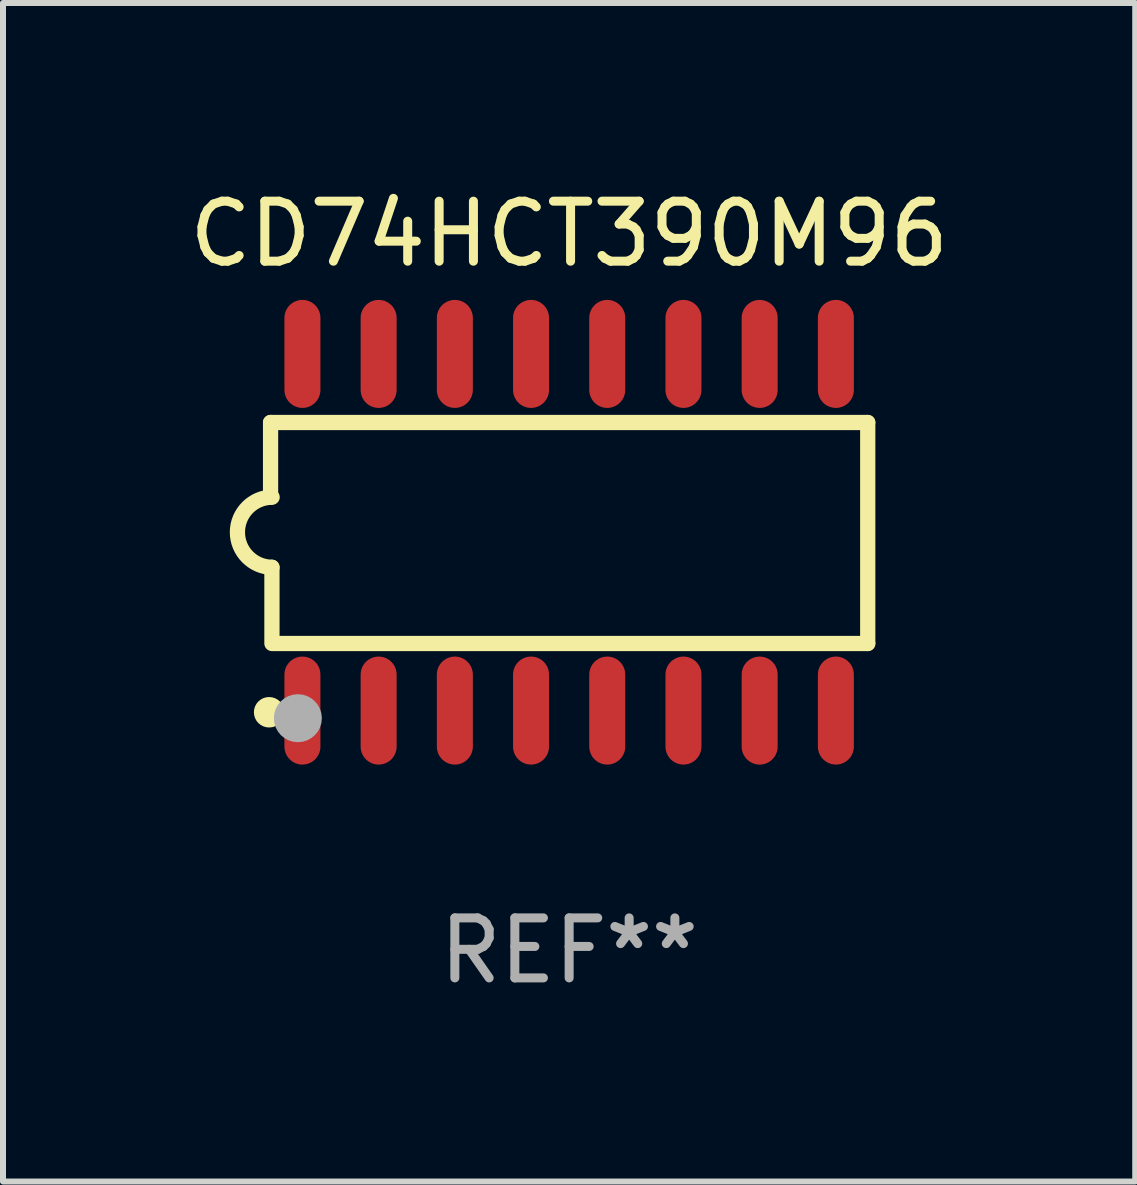
<source format=kicad_pcb>
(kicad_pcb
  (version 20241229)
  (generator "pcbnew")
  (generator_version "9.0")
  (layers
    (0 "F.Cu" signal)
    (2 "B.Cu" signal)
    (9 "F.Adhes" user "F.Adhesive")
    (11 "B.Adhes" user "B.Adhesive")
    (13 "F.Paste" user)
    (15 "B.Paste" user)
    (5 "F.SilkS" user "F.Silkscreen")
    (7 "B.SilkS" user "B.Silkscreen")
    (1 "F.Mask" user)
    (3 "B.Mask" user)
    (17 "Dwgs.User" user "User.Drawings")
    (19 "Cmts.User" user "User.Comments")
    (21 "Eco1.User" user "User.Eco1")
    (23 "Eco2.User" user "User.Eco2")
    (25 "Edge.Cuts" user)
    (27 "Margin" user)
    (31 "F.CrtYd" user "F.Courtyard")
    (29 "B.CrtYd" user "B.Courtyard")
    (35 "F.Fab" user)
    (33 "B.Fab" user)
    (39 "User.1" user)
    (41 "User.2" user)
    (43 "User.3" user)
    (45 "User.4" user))
  (footprint "CD74HCT390M96"
    (layer "F.Cu")
    (at 6.435 5.82)
    (property "Reference" "CD74HCT390M96" (at 0 -4.972 0) (layer "F.SilkS") (effects (font (size 1 1) (thickness 0.15))))
    (attr through_hole)
    (fp_line (start -4.976 -1.829) (end -4.976 -0.584) (stroke (width 0.254) (type solid)) (layer "F.SilkS"))
    (fp_line (start -4.953 0.584) (end -4.953 1.854) (stroke (width 0.254) (type solid)) (layer "F.SilkS"))
    (fp_line (start -4.928 1.854) (end 4.976 1.854) (stroke (width 0.254) (type solid)) (layer "F.SilkS"))
    (fp_line (start 4.976 -1.829) (end -4.976 -1.829) (stroke (width 0.254) (type solid)) (layer "F.SilkS"))
    (fp_line (start 4.976 1.854) (end 4.976 -1.829) (stroke (width 0.254) (type solid)) (layer "F.SilkS"))
    (fp_arc (start -4.95301 0.584201) (mid -5.533866 -0.00152) (end -4.950088 -0.584329) (stroke (width 0.254001) (type solid)) (layer "F.SilkS"))
    (fp_circle (center -5 3) (end -4.873 3) (stroke (width 0.254) (type solid)) (fill no) (layer "F.SilkS"))
    (fp_circle (center -4.521 3.099) (end -4.321 3.099) (stroke (width 0.4) (type solid)) (fill no) (layer "F.Fab"))
    (fp_text user "REF**" (at 0 6.972 0) (layer "F.Fab") (effects (font (size 1 1) (thickness 0.15))))
    (pad "1" smd oval (at -4.445 2.972 180) (size 0.6 1.8) (layers "F.Cu" "F.Mask" "F.Paste"))
    (pad "2" smd oval (at -3.175 2.972 180) (size 0.6 1.8) (layers "F.Cu" "F.Mask" "F.Paste"))
    (pad "3" smd oval (at -1.905 2.972 180) (size 0.6 1.8) (layers "F.Cu" "F.Mask" "F.Paste"))
    (pad "4" smd oval (at -0.635 2.972 180) (size 0.6 1.8) (layers "F.Cu" "F.Mask" "F.Paste"))
    (pad "5" smd oval (at 0.635 2.972 180) (size 0.6 1.8) (layers "F.Cu" "F.Mask" "F.Paste"))
    (pad "6" smd oval (at 1.905 2.972 180) (size 0.6 1.8) (layers "F.Cu" "F.Mask" "F.Paste"))
    (pad "7" smd oval (at 3.175 2.972 180) (size 0.6 1.8) (layers "F.Cu" "F.Mask" "F.Paste"))
    (pad "8" smd oval (at 4.445 2.972 180) (size 0.6 1.8) (layers "F.Cu" "F.Mask" "F.Paste"))
    (pad "9" smd oval (at 4.445 -2.972 180) (size 0.6 1.8) (layers "F.Cu" "F.Mask" "F.Paste"))
    (pad "10" smd oval (at 3.175 -2.972 180) (size 0.6 1.8) (layers "F.Cu" "F.Mask" "F.Paste"))
    (pad "11" smd oval (at 1.905 -2.972 180) (size 0.6 1.8) (layers "F.Cu" "F.Mask" "F.Paste"))
    (pad "12" smd oval (at 0.635 -2.972 180) (size 0.6 1.8) (layers "F.Cu" "F.Mask" "F.Paste"))
    (pad "13" smd oval (at -0.635 -2.972 180) (size 0.6 1.8) (layers "F.Cu" "F.Mask" "F.Paste"))
    (pad "14" smd oval (at -1.905 -2.972 180) (size 0.6 1.8) (layers "F.Cu" "F.Mask" "F.Paste"))
    (pad "15" smd oval (at -3.175 -2.972 180) (size 0.6 1.8) (layers "F.Cu" "F.Mask" "F.Paste"))
    (pad "16" smd oval (at -4.445 -2.972 180) (size 0.6 1.8) (layers "F.Cu" "F.Mask" "F.Paste")))
  (gr_rect
    (start -3 -3)
    (end 15.869 16.64)
    (stroke (width 0.1) (type default))
    (fill no)
    (layer "Edge.Cuts")))
</source>
